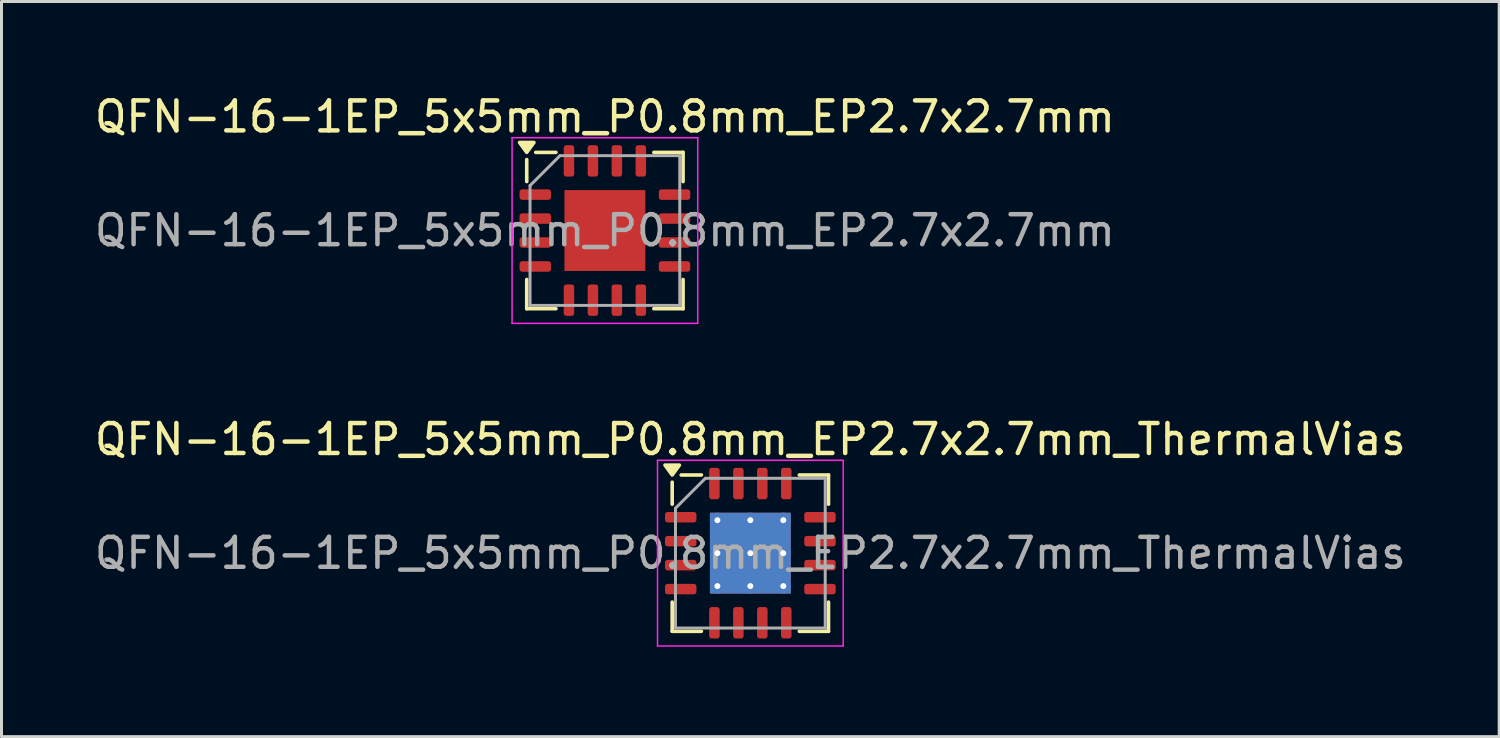
<source format=kicad_pcb>
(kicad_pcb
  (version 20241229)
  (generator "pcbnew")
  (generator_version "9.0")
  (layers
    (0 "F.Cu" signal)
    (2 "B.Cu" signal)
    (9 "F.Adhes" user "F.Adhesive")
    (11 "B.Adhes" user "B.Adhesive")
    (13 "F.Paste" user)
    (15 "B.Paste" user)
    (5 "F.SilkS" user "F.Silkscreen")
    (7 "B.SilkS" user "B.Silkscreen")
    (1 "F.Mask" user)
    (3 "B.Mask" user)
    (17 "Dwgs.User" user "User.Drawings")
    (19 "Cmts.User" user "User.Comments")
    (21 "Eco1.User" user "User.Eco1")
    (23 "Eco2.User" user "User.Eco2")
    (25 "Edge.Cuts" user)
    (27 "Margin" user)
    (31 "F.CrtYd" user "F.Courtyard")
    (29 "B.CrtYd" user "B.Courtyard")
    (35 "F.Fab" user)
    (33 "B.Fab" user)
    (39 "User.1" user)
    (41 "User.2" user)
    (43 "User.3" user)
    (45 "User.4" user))
  (footprint "QFN-16-1EP_5x5mm_P0.8mm_EP2.7x2.7mm"
    (layer "F.Cu")
    (at 17.149 4.648)
    (property "Reference" "QFN-16-1EP_5x5mm_P0.8mm_EP2.7x2.7mm" (at 0 -3.8 0) (layer "F.SilkS") (effects (font (size 1 1) (thickness 0.15))))
    (attr smd)
    (fp_line (start -2.61 -1.635) (end -2.61 -2.37) (stroke (width 0.12) (type solid)) (layer "F.SilkS"))
    (fp_line (start -2.61 2.61) (end -2.61 1.635) (stroke (width 0.12) (type solid)) (layer "F.SilkS"))
    (fp_line (start -1.635 -2.61) (end -2.31 -2.61) (stroke (width 0.12) (type solid)) (layer "F.SilkS"))
    (fp_line (start -1.635 2.61) (end -2.61 2.61) (stroke (width 0.12) (type solid)) (layer "F.SilkS"))
    (fp_line (start 1.635 -2.61) (end 2.61 -2.61) (stroke (width 0.12) (type solid)) (layer "F.SilkS"))
    (fp_line (start 1.635 2.61) (end 2.61 2.61) (stroke (width 0.12) (type solid)) (layer "F.SilkS"))
    (fp_line (start 2.61 -2.61) (end 2.61 -1.635) (stroke (width 0.12) (type solid)) (layer "F.SilkS"))
    (fp_line (start 2.61 2.61) (end 2.61 1.635) (stroke (width 0.12) (type solid)) (layer "F.SilkS"))
    (fp_poly (pts (xy -2.61 -2.61) (xy -2.85 -2.94) (xy -2.37 -2.94) (xy -2.61 -2.61)) (stroke (width 0.12) (type solid)) (fill yes) (layer "F.SilkS"))
    (fp_line (start -3.1 -3.1) (end -3.1 3.1) (stroke (width 0.05) (type solid)) (layer "F.CrtYd"))
    (fp_line (start -3.1 3.1) (end 3.1 3.1) (stroke (width 0.05) (type solid)) (layer "F.CrtYd"))
    (fp_line (start 3.1 -3.1) (end -3.1 -3.1) (stroke (width 0.05) (type solid)) (layer "F.CrtYd"))
    (fp_line (start 3.1 3.1) (end 3.1 -3.1) (stroke (width 0.05) (type solid)) (layer "F.CrtYd"))
    (fp_line (start -2.5 -1.5) (end -1.5 -2.5) (stroke (width 0.1) (type solid)) (layer "F.Fab"))
    (fp_line (start -2.5 2.5) (end -2.5 -1.5) (stroke (width 0.1) (type solid)) (layer "F.Fab"))
    (fp_line (start -1.5 -2.5) (end 2.5 -2.5) (stroke (width 0.1) (type solid)) (layer "F.Fab"))
    (fp_line (start 2.5 -2.5) (end 2.5 2.5) (stroke (width 0.1) (type solid)) (layer "F.Fab"))
    (fp_line (start 2.5 2.5) (end -2.5 2.5) (stroke (width 0.1) (type solid)) (layer "F.Fab"))
    (fp_text user "${REFERENCE}" (at 0 0 0) (layer "F.Fab") (effects (font (size 1 1) (thickness 0.15))))
    (pad "" smd roundrect (at -0.675 -0.675) (size 1.09 1.09) (layers "F.Paste") (roundrect_rratio 0.229))
    (pad "" smd roundrect (at -0.675 0.675) (size 1.09 1.09) (layers "F.Paste") (roundrect_rratio 0.229))
    (pad "" smd roundrect (at 0.675 -0.675) (size 1.09 1.09) (layers "F.Paste") (roundrect_rratio 0.229))
    (pad "" smd roundrect (at 0.675 0.675) (size 1.09 1.09) (layers "F.Paste") (roundrect_rratio 0.229))
    (pad "1" smd roundrect (at -2.325 -1.2) (size 1.05 0.35) (layers "F.Cu" "F.Mask" "F.Paste") (roundrect_rratio 0.25))
    (pad "2" smd roundrect (at -2.325 -0.4) (size 1.05 0.35) (layers "F.Cu" "F.Mask" "F.Paste") (roundrect_rratio 0.25))
    (pad "3" smd roundrect (at -2.325 0.4) (size 1.05 0.35) (layers "F.Cu" "F.Mask" "F.Paste") (roundrect_rratio 0.25))
    (pad "4" smd roundrect (at -2.325 1.2) (size 1.05 0.35) (layers "F.Cu" "F.Mask" "F.Paste") (roundrect_rratio 0.25))
    (pad "5" smd roundrect (at -1.2 2.325) (size 0.35 1.05) (layers "F.Cu" "F.Mask" "F.Paste") (roundrect_rratio 0.25))
    (pad "6" smd roundrect (at -0.4 2.325) (size 0.35 1.05) (layers "F.Cu" "F.Mask" "F.Paste") (roundrect_rratio 0.25))
    (pad "7" smd roundrect (at 0.4 2.325) (size 0.35 1.05) (layers "F.Cu" "F.Mask" "F.Paste") (roundrect_rratio 0.25))
    (pad "8" smd roundrect (at 1.2 2.325) (size 0.35 1.05) (layers "F.Cu" "F.Mask" "F.Paste") (roundrect_rratio 0.25))
    (pad "9" smd roundrect (at 2.325 1.2) (size 1.05 0.35) (layers "F.Cu" "F.Mask" "F.Paste") (roundrect_rratio 0.25))
    (pad "10" smd roundrect (at 2.325 0.4) (size 1.05 0.35) (layers "F.Cu" "F.Mask" "F.Paste") (roundrect_rratio 0.25))
    (pad "11" smd roundrect (at 2.325 -0.4) (size 1.05 0.35) (layers "F.Cu" "F.Mask" "F.Paste") (roundrect_rratio 0.25))
    (pad "12" smd roundrect (at 2.325 -1.2) (size 1.05 0.35) (layers "F.Cu" "F.Mask" "F.Paste") (roundrect_rratio 0.25))
    (pad "13" smd roundrect (at 1.2 -2.325) (size 0.35 1.05) (layers "F.Cu" "F.Mask" "F.Paste") (roundrect_rratio 0.25))
    (pad "14" smd roundrect (at 0.4 -2.325) (size 0.35 1.05) (layers "F.Cu" "F.Mask" "F.Paste") (roundrect_rratio 0.25))
    (pad "15" smd roundrect (at -0.4 -2.325) (size 0.35 1.05) (layers "F.Cu" "F.Mask" "F.Paste") (roundrect_rratio 0.25))
    (pad "16" smd roundrect (at -1.2 -2.325) (size 0.35 1.05) (layers "F.Cu" "F.Mask" "F.Paste") (roundrect_rratio 0.25))
    (pad "17" smd rect (at 0 0) (size 2.7 2.7) (property pad_prop_heatsink) (layers "F.Cu" "F.Mask")))
  (footprint "QFN-16-1EP_5x5mm_P0.8mm_EP2.7x2.7mm_ThermalVias"
    (layer "F.Cu")
    (at 22.006 15.421)
    (property "Reference" "QFN-16-1EP_5x5mm_P0.8mm_EP2.7x2.7mm_ThermalVias" (at 0 -3.8 0) (layer "F.SilkS") (effects (font (size 1 1) (thickness 0.15))))
    (attr smd)
    (fp_line (start -2.61 -1.635) (end -2.61 -2.37) (stroke (width 0.12) (type solid)) (layer "F.SilkS"))
    (fp_line (start -2.61 2.61) (end -2.61 1.635) (stroke (width 0.12) (type solid)) (layer "F.SilkS"))
    (fp_line (start -1.635 -2.61) (end -2.31 -2.61) (stroke (width 0.12) (type solid)) (layer "F.SilkS"))
    (fp_line (start -1.635 2.61) (end -2.61 2.61) (stroke (width 0.12) (type solid)) (layer "F.SilkS"))
    (fp_line (start 1.635 -2.61) (end 2.61 -2.61) (stroke (width 0.12) (type solid)) (layer "F.SilkS"))
    (fp_line (start 1.635 2.61) (end 2.61 2.61) (stroke (width 0.12) (type solid)) (layer "F.SilkS"))
    (fp_line (start 2.61 -2.61) (end 2.61 -1.635) (stroke (width 0.12) (type solid)) (layer "F.SilkS"))
    (fp_line (start 2.61 2.61) (end 2.61 1.635) (stroke (width 0.12) (type solid)) (layer "F.SilkS"))
    (fp_poly (pts (xy -2.61 -2.61) (xy -2.85 -2.94) (xy -2.37 -2.94) (xy -2.61 -2.61)) (stroke (width 0.12) (type solid)) (fill yes) (layer "F.SilkS"))
    (fp_line (start -3.1 -3.1) (end -3.1 3.1) (stroke (width 0.05) (type solid)) (layer "F.CrtYd"))
    (fp_line (start -3.1 3.1) (end 3.1 3.1) (stroke (width 0.05) (type solid)) (layer "F.CrtYd"))
    (fp_line (start 3.1 -3.1) (end -3.1 -3.1) (stroke (width 0.05) (type solid)) (layer "F.CrtYd"))
    (fp_line (start 3.1 3.1) (end 3.1 -3.1) (stroke (width 0.05) (type solid)) (layer "F.CrtYd"))
    (fp_line (start -2.5 -1.5) (end -1.5 -2.5) (stroke (width 0.1) (type solid)) (layer "F.Fab"))
    (fp_line (start -2.5 2.5) (end -2.5 -1.5) (stroke (width 0.1) (type solid)) (layer "F.Fab"))
    (fp_line (start -1.5 -2.5) (end 2.5 -2.5) (stroke (width 0.1) (type solid)) (layer "F.Fab"))
    (fp_line (start 2.5 -2.5) (end 2.5 2.5) (stroke (width 0.1) (type solid)) (layer "F.Fab"))
    (fp_line (start 2.5 2.5) (end -2.5 2.5) (stroke (width 0.1) (type solid)) (layer "F.Fab"))
    (fp_text user "${REFERENCE}" (at 0 0 0) (layer "F.Fab") (effects (font (size 1 1) (thickness 0.15))))
    (pad "" smd roundrect (at -0.675 -0.675) (size 1.17 1.17) (layers "F.Paste") (roundrect_rratio 0.214))
    (pad "" smd roundrect (at -0.675 0.675) (size 1.17 1.17) (layers "F.Paste") (roundrect_rratio 0.214))
    (pad "" smd roundrect (at 0.675 -0.675) (size 1.17 1.17) (layers "F.Paste") (roundrect_rratio 0.214))
    (pad "" smd roundrect (at 0.675 0.675) (size 1.17 1.17) (layers "F.Paste") (roundrect_rratio 0.214))
    (pad "1" smd roundrect (at -2.325 -1.2) (size 1.05 0.35) (layers "F.Cu" "F.Mask" "F.Paste") (roundrect_rratio 0.25))
    (pad "2" smd roundrect (at -2.325 -0.4) (size 1.05 0.35) (layers "F.Cu" "F.Mask" "F.Paste") (roundrect_rratio 0.25))
    (pad "3" smd roundrect (at -2.325 0.4) (size 1.05 0.35) (layers "F.Cu" "F.Mask" "F.Paste") (roundrect_rratio 0.25))
    (pad "4" smd roundrect (at -2.325 1.2) (size 1.05 0.35) (layers "F.Cu" "F.Mask" "F.Paste") (roundrect_rratio 0.25))
    (pad "5" smd roundrect (at -1.2 2.325) (size 0.35 1.05) (layers "F.Cu" "F.Mask" "F.Paste") (roundrect_rratio 0.25))
    (pad "6" smd roundrect (at -0.4 2.325) (size 0.35 1.05) (layers "F.Cu" "F.Mask" "F.Paste") (roundrect_rratio 0.25))
    (pad "7" smd roundrect (at 0.4 2.325) (size 0.35 1.05) (layers "F.Cu" "F.Mask" "F.Paste") (roundrect_rratio 0.25))
    (pad "8" smd roundrect (at 1.2 2.325) (size 0.35 1.05) (layers "F.Cu" "F.Mask" "F.Paste") (roundrect_rratio 0.25))
    (pad "9" smd roundrect (at 2.325 1.2) (size 1.05 0.35) (layers "F.Cu" "F.Mask" "F.Paste") (roundrect_rratio 0.25))
    (pad "10" smd roundrect (at 2.325 0.4) (size 1.05 0.35) (layers "F.Cu" "F.Mask" "F.Paste") (roundrect_rratio 0.25))
    (pad "11" smd roundrect (at 2.325 -0.4) (size 1.05 0.35) (layers "F.Cu" "F.Mask" "F.Paste") (roundrect_rratio 0.25))
    (pad "12" smd roundrect (at 2.325 -1.2) (size 1.05 0.35) (layers "F.Cu" "F.Mask" "F.Paste") (roundrect_rratio 0.25))
    (pad "13" smd roundrect (at 1.2 -2.325) (size 0.35 1.05) (layers "F.Cu" "F.Mask" "F.Paste") (roundrect_rratio 0.25))
    (pad "14" smd roundrect (at 0.4 -2.325) (size 0.35 1.05) (layers "F.Cu" "F.Mask" "F.Paste") (roundrect_rratio 0.25))
    (pad "15" smd roundrect (at -0.4 -2.325) (size 0.35 1.05) (layers "F.Cu" "F.Mask" "F.Paste") (roundrect_rratio 0.25))
    (pad "16" smd roundrect (at -1.2 -2.325) (size 0.35 1.05) (layers "F.Cu" "F.Mask" "F.Paste") (roundrect_rratio 0.25))
    (pad "17" thru_hole circle (at -1.1 -1.1) (size 0.5 0.5) (drill 0.2) (property pad_prop_heatsink) (layers "*.Cu"))
    (pad "17" thru_hole circle (at -1.1 0) (size 0.5 0.5) (drill 0.2) (property pad_prop_heatsink) (layers "*.Cu"))
    (pad "17" thru_hole circle (at -1.1 1.1) (size 0.5 0.5) (drill 0.2) (property pad_prop_heatsink) (layers "*.Cu"))
    (pad "17" thru_hole circle (at 0 -1.1) (size 0.5 0.5) (drill 0.2) (property pad_prop_heatsink) (layers "*.Cu"))
    (pad "17" thru_hole circle (at 0 0) (size 0.5 0.5) (drill 0.2) (property pad_prop_heatsink) (layers "*.Cu"))
    (pad "17" smd rect (at 0 0) (size 2.7 2.7) (property pad_prop_heatsink) (layers "F.Cu" "F.Mask"))
    (pad "17" smd rect (at 0 0) (size 2.7 2.7) (property pad_prop_heatsink) (layers "B.Cu"))
    (pad "17" thru_hole circle (at 0 1.1) (size 0.5 0.5) (drill 0.2) (property pad_prop_heatsink) (layers "*.Cu"))
    (pad "17" thru_hole circle (at 1.1 -1.1) (size 0.5 0.5) (drill 0.2) (property pad_prop_heatsink) (layers "*.Cu"))
    (pad "17" thru_hole circle (at 1.1 0) (size 0.5 0.5) (drill 0.2) (property pad_prop_heatsink) (layers "*.Cu"))
    (pad "17" thru_hole circle (at 1.1 1.1) (size 0.5 0.5) (drill 0.2) (property pad_prop_heatsink) (layers "*.Cu")))
  (gr_rect
    (start -3 -3)
    (end 47.012 21.547)
    (stroke (width 0.1) (type default))
    (fill no)
    (layer "Edge.Cuts")))
</source>
